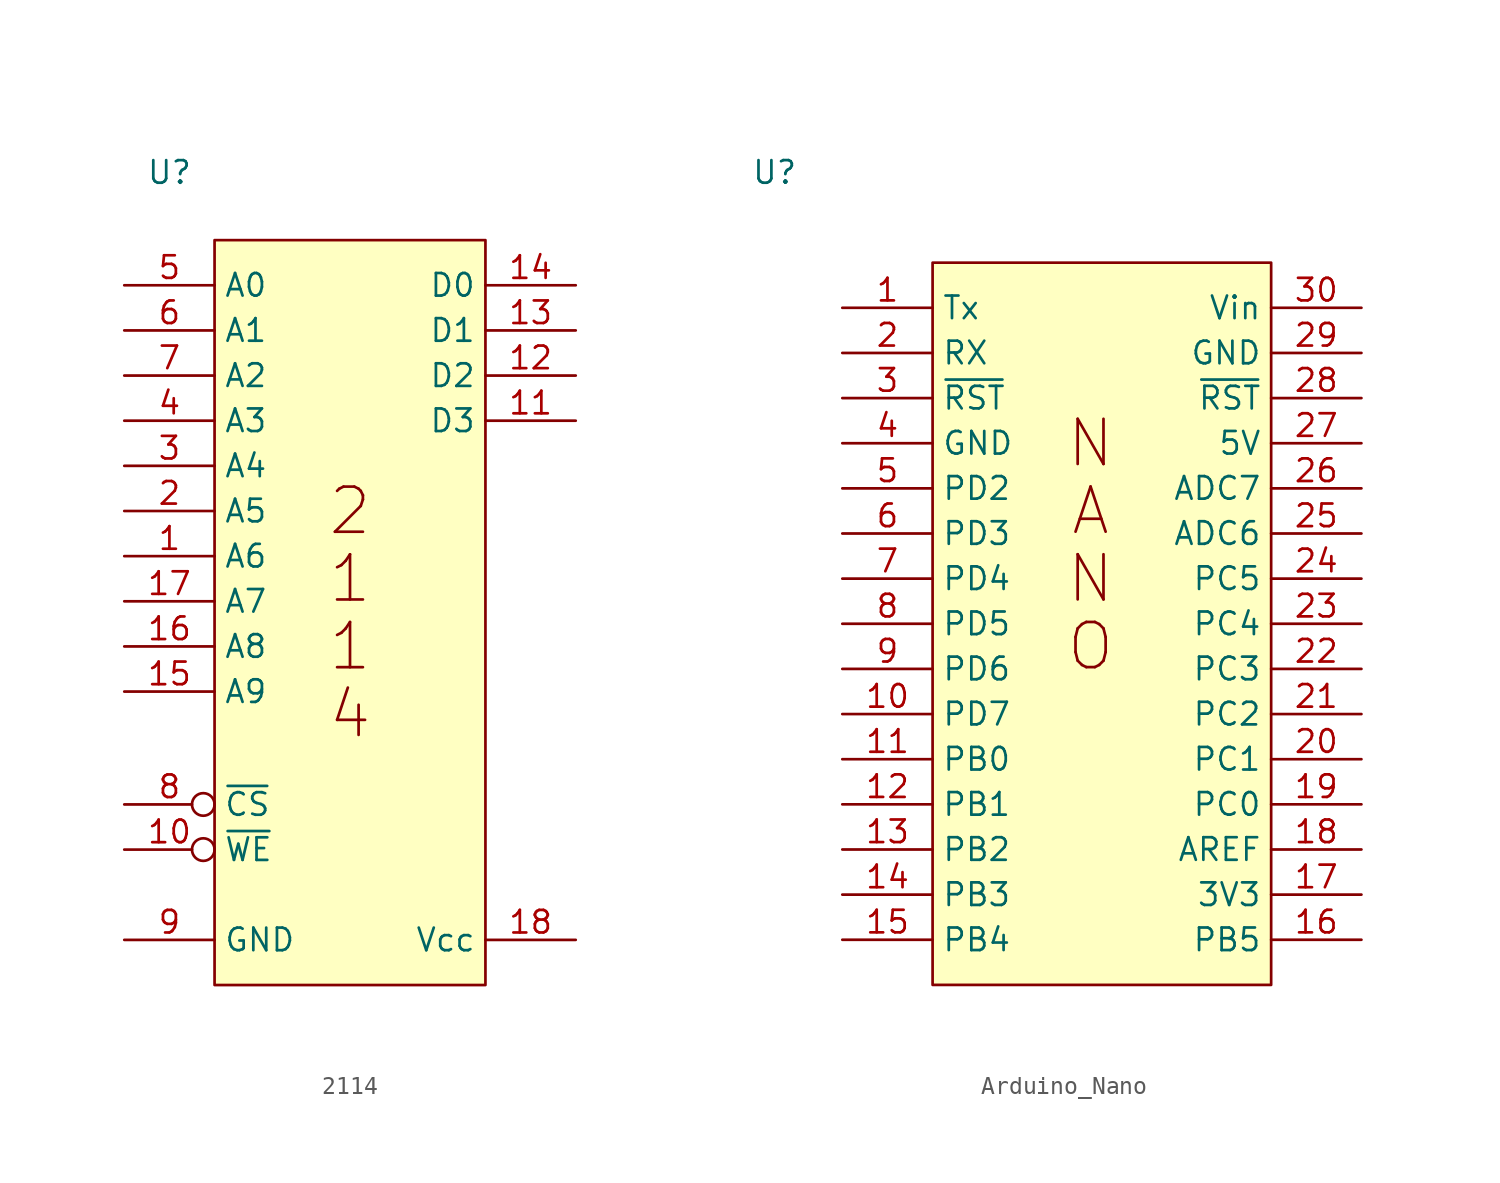
<source format=kicad_sym>
(kicad_symbol_lib
  (version 20211014)
  (generator kicad_symbol_editor)
  (symbol "2114"
    (property "Reference" "U"
      (at -2.54 3.81 0)
      (effects (font (size 1.27 1.27))))
    (symbol "2114_0_0"
      (rectangle (start 0 0) (end 15.24 -41.91) (stroke (width 0.152) (type default) (color 0 0 0 0)) (fill (type background)))
      (text "1" (at 7.62 -22.86 0) (effects (font (size 2.54 2.54))))
      (text "1" (at 7.62 -19.05 0) (effects (font (size 2.54 2.54))))
      (text "2" (at 7.62 -15.24 0) (effects (font (size 2.54 2.54))))
      (text "4" (at 7.62 -26.67 0) (effects (font (size 2.54 2.54)))))
    (symbol "2114_1_1"
      (pin input line (at -5.08 -17.78 0) (length 5.08) (name "A6" (effects (font (size 1.27 1.27)))) (number "1" (effects (font (size 1.27 1.27)))))
      (pin input inverted (at -5.08 -34.29 0) (length 5.08) (name "~{WE}" (effects (font (size 1.27 1.27)))) (number "10" (effects (font (size 1.27 1.27)))))
      (pin bidirectional line (at 20.32 -10.16 180) (length 5.08) (name "D3" (effects (font (size 1.27 1.27)))) (number "11" (effects (font (size 1.27 1.27)))))
      (pin bidirectional line (at 20.32 -7.62 180) (length 5.08) (name "D2" (effects (font (size 1.27 1.27)))) (number "12" (effects (font (size 1.27 1.27)))))
      (pin bidirectional line (at 20.32 -5.08 180) (length 5.08) (name "D1" (effects (font (size 1.27 1.27)))) (number "13" (effects (font (size 1.27 1.27)))))
      (pin bidirectional line (at 20.32 -2.54 180) (length 5.08) (name "D0" (effects (font (size 1.27 1.27)))) (number "14" (effects (font (size 1.27 1.27)))))
      (pin input line (at -5.08 -25.4 0) (length 5.08) (name "A9" (effects (font (size 1.27 1.27)))) (number "15" (effects (font (size 1.27 1.27)))))
      (pin input line (at -5.08 -22.86 0) (length 5.08) (name "A8" (effects (font (size 1.27 1.27)))) (number "16" (effects (font (size 1.27 1.27)))))
      (pin input line (at -5.08 -20.32 0) (length 5.08) (name "A7" (effects (font (size 1.27 1.27)))) (number "17" (effects (font (size 1.27 1.27)))))
      (pin power_in line (at 20.32 -39.37 180) (length 5.08) (name "Vcc" (effects (font (size 1.27 1.27)))) (number "18" (effects (font (size 1.27 1.27)))))
      (pin input line (at -5.08 -15.24 0) (length 5.08) (name "A5" (effects (font (size 1.27 1.27)))) (number "2" (effects (font (size 1.27 1.27)))))
      (pin input line (at -5.08 -12.7 0) (length 5.08) (name "A4" (effects (font (size 1.27 1.27)))) (number "3" (effects (font (size 1.27 1.27)))))
      (pin input line (at -5.08 -10.16 0) (length 5.08) (name "A3" (effects (font (size 1.27 1.27)))) (number "4" (effects (font (size 1.27 1.27)))))
      (pin input line (at -5.08 -2.54 0) (length 5.08) (name "A0" (effects (font (size 1.27 1.27)))) (number "5" (effects (font (size 1.27 1.27)))))
      (pin input line (at -5.08 -5.08 0) (length 5.08) (name "A1" (effects (font (size 1.27 1.27)))) (number "6" (effects (font (size 1.27 1.27)))))
      (pin input line (at -5.08 -7.62 0) (length 5.08) (name "A2" (effects (font (size 1.27 1.27)))) (number "7" (effects (font (size 1.27 1.27)))))
      (pin input inverted (at -5.08 -31.75 0) (length 5.08) (name "~{CS}" (effects (font (size 1.27 1.27)))) (number "8" (effects (font (size 1.27 1.27)))))
      (pin power_in line (at -5.08 -39.37 0) (length 5.08) (name "GND" (effects (font (size 1.27 1.27)))) (number "9" (effects (font (size 1.27 1.27)))))))
  (symbol "Arduino_Nano"
    (property "Reference" "U"
      (at -8.89 5.08 0)
      (effects (font (size 1.27 1.27))))
    (symbol "Arduino_Nano_0_0"
      (rectangle (start 0 0) (end 19.05 -40.64) (stroke (width 0.152) (type default) (color 0 0 0 0)) (fill (type background)))
      (text "A" (at 8.89 -13.97 0) (effects (font (size 2.54 2.54))))
      (text "N" (at 8.89 -17.78 0) (effects (font (size 2.54 2.54))))
      (text "N" (at 8.89 -10.16 0) (effects (font (size 2.54 2.54))))
      (text "O" (at 8.89 -21.59 0) (effects (font (size 2.54 2.54)))))
    (symbol "Arduino_Nano_1_1"
      (pin output line (at -5.08 -2.54 0) (length 5.08) (name "Tx" (effects (font (size 1.27 1.27)))) (number "1" (effects (font (size 1.27 1.27)))))
      (pin bidirectional line (at -5.08 -25.4 0) (length 5.08) (name "PD7" (effects (font (size 1.27 1.27)))) (number "10" (effects (font (size 1.27 1.27)))))
      (pin bidirectional line (at -5.08 -27.94 0) (length 5.08) (name "PB0" (effects (font (size 1.27 1.27)))) (number "11" (effects (font (size 1.27 1.27)))))
      (pin bidirectional line (at -5.08 -30.48 0) (length 5.08) (name "PB1" (effects (font (size 1.27 1.27)))) (number "12" (effects (font (size 1.27 1.27)))))
      (pin bidirectional line (at -5.08 -33.02 0) (length 5.08) (name "PB2" (effects (font (size 1.27 1.27)))) (number "13" (effects (font (size 1.27 1.27)))))
      (pin bidirectional line (at -5.08 -35.56 0) (length 5.08) (name "PB3" (effects (font (size 1.27 1.27)))) (number "14" (effects (font (size 1.27 1.27)))))
      (pin bidirectional line (at -5.08 -38.1 0) (length 5.08) (name "PB4" (effects (font (size 1.27 1.27)))) (number "15" (effects (font (size 1.27 1.27)))))
      (pin bidirectional line (at 24.13 -38.1 180) (length 5.08) (name "PB5" (effects (font (size 1.27 1.27)))) (number "16" (effects (font (size 1.27 1.27)))))
      (pin power_out line (at 24.13 -35.56 180) (length 5.08) (name "3V3" (effects (font (size 1.27 1.27)))) (number "17" (effects (font (size 1.27 1.27)))))
      (pin input line (at 24.13 -33.02 180) (length 5.08) (name "AREF" (effects (font (size 1.27 1.27)))) (number "18" (effects (font (size 1.27 1.27)))))
      (pin bidirectional line (at 24.13 -30.48 180) (length 5.08) (name "PC0" (effects (font (size 1.27 1.27)))) (number "19" (effects (font (size 1.27 1.27)))))
      (pin input line (at -5.08 -5.08 0) (length 5.08) (name "RX" (effects (font (size 1.27 1.27)))) (number "2" (effects (font (size 1.27 1.27)))))
      (pin bidirectional line (at 24.13 -27.94 180) (length 5.08) (name "PC1" (effects (font (size 1.27 1.27)))) (number "20" (effects (font (size 1.27 1.27)))))
      (pin bidirectional line (at 24.13 -25.4 180) (length 5.08) (name "PC2" (effects (font (size 1.27 1.27)))) (number "21" (effects (font (size 1.27 1.27)))))
      (pin bidirectional line (at 24.13 -22.86 180) (length 5.08) (name "PC3" (effects (font (size 1.27 1.27)))) (number "22" (effects (font (size 1.27 1.27)))))
      (pin bidirectional line (at 24.13 -20.32 180) (length 5.08) (name "PC4" (effects (font (size 1.27 1.27)))) (number "23" (effects (font (size 1.27 1.27)))))
      (pin bidirectional line (at 24.13 -17.78 180) (length 5.08) (name "PC5" (effects (font (size 1.27 1.27)))) (number "24" (effects (font (size 1.27 1.27)))))
      (pin input line (at 24.13 -15.24 180) (length 5.08) (name "ADC6" (effects (font (size 1.27 1.27)))) (number "25" (effects (font (size 1.27 1.27)))))
      (pin input line (at 24.13 -12.7 180) (length 5.08) (name "ADC7" (effects (font (size 1.27 1.27)))) (number "26" (effects (font (size 1.27 1.27)))))
      (pin power_out line (at 24.13 -10.16 180) (length 5.08) (name "5V" (effects (font (size 1.27 1.27)))) (number "27" (effects (font (size 1.27 1.27)))))
      (pin input line (at 24.13 -7.62 180) (length 5.08) (name "~{RST}" (effects (font (size 1.27 1.27)))) (number "28" (effects (font (size 1.27 1.27)))))
      (pin power_out line (at 24.13 -5.08 180) (length 5.08) (name "GND" (effects (font (size 1.27 1.27)))) (number "29" (effects (font (size 1.27 1.27)))))
      (pin input line (at -5.08 -7.62 0) (length 5.08) (name "~{RST}" (effects (font (size 1.27 1.27)))) (number "3" (effects (font (size 1.27 1.27)))))
      (pin power_in line (at 24.13 -2.54 180) (length 5.08) (name "Vin" (effects (font (size 1.27 1.27)))) (number "30" (effects (font (size 1.27 1.27)))))
      (pin power_in line (at -5.08 -10.16 0) (length 5.08) (name "GND" (effects (font (size 1.27 1.27)))) (number "4" (effects (font (size 1.27 1.27)))))
      (pin bidirectional line (at -5.08 -12.7 0) (length 5.08) (name "PD2" (effects (font (size 1.27 1.27)))) (number "5" (effects (font (size 1.27 1.27)))))
      (pin bidirectional line (at -5.08 -15.24 0) (length 5.08) (name "PD3" (effects (font (size 1.27 1.27)))) (number "6" (effects (font (size 1.27 1.27)))))
      (pin bidirectional line (at -5.08 -17.78 0) (length 5.08) (name "PD4" (effects (font (size 1.27 1.27)))) (number "7" (effects (font (size 1.27 1.27)))))
      (pin bidirectional line (at -5.08 -20.32 0) (length 5.08) (name "PD5" (effects (font (size 1.27 1.27)))) (number "8" (effects (font (size 1.27 1.27)))))
      (pin bidirectional line (at -5.08 -22.86 0) (length 5.08) (name "PD6" (effects (font (size 1.27 1.27)))) (number "9" (effects (font (size 1.27 1.27))))))))
</source>
